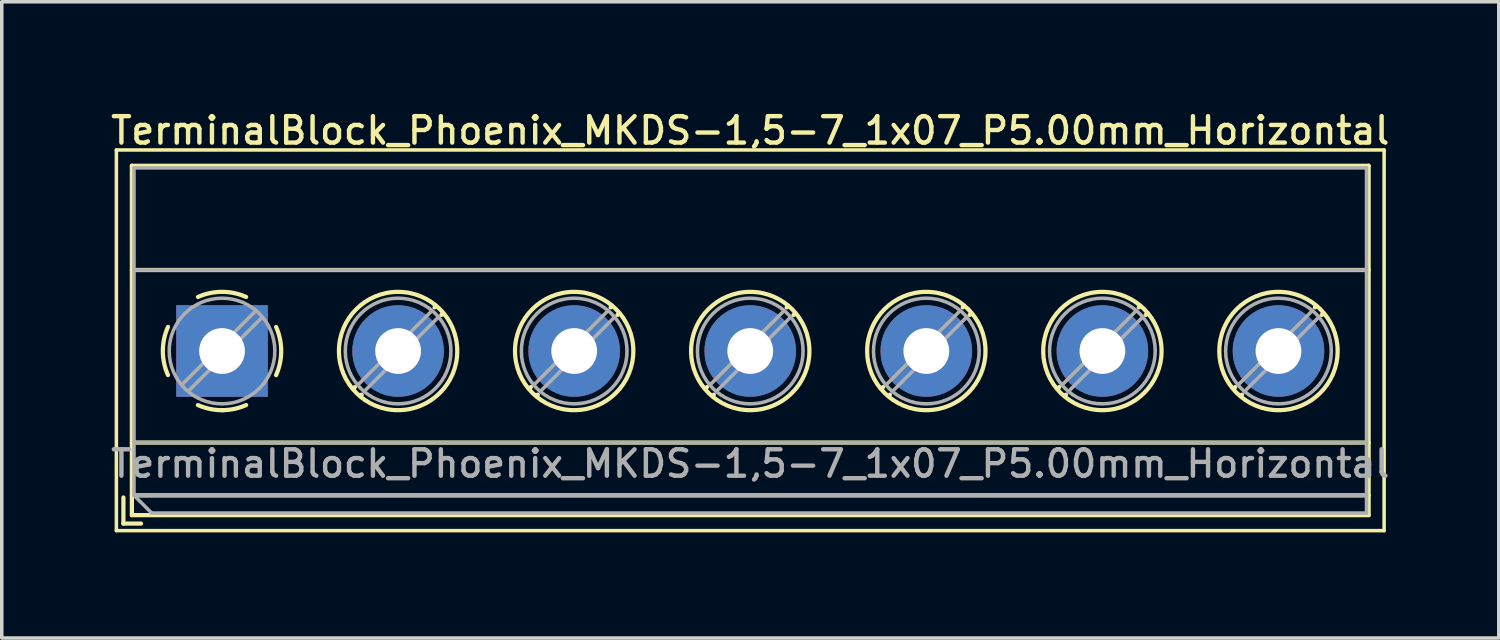
<source format=kicad_pcb>
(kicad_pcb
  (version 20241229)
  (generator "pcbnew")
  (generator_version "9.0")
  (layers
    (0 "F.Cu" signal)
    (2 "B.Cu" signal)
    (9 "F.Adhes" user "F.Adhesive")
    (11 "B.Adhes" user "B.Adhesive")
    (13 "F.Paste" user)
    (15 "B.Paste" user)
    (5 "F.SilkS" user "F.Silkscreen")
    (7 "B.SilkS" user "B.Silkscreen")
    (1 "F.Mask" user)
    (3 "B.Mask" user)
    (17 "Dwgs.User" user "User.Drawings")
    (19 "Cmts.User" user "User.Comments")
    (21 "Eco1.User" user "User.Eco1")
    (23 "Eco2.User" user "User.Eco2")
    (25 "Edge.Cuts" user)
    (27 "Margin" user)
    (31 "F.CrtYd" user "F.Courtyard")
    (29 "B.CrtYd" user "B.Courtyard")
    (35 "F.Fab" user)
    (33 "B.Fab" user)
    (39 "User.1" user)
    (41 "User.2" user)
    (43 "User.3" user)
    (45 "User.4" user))
  (footprint "TerminalBlock_Phoenix_MKDS-1,5-7_1x07_P5.00mm_Horizontal"
    (layer "F.Cu")
    (at 3.255 6.918)
    (property "Reference" "TerminalBlock_Phoenix_MKDS-1,5-7_1x07_P5.00mm_Horizontal" (at 15 -6.26 0) (layer "F.SilkS") (effects (font (size 0.75 0.75) (thickness 0.125))))
    (attr through_hole)
    (fp_line (start -3 -5.71) (end -3 5.1) (stroke (width 0.1) (type solid)) (layer "F.SilkS"))
    (fp_line (start -3 5.1) (end 33 5.1) (stroke (width 0.1) (type solid)) (layer "F.SilkS"))
    (fp_line (start -2.8 4.16) (end -2.8 4.9) (stroke (width 0.12) (type solid)) (layer "F.SilkS"))
    (fp_line (start -2.8 4.9) (end -2.3 4.9) (stroke (width 0.12) (type solid)) (layer "F.SilkS"))
    (fp_line (start -2.56 -5.261) (end -2.56 4.66) (stroke (width 0.12) (type solid)) (layer "F.SilkS"))
    (fp_line (start -2.56 -5.261) (end 32.56 -5.261) (stroke (width 0.12) (type solid)) (layer "F.SilkS"))
    (fp_line (start -2.56 -2.301) (end 32.56 -2.301) (stroke (width 0.12) (type solid)) (layer "F.SilkS"))
    (fp_line (start -2.56 2.6) (end 32.56 2.6) (stroke (width 0.12) (type solid)) (layer "F.SilkS"))
    (fp_line (start -2.56 4.1) (end 32.56 4.1) (stroke (width 0.12) (type solid)) (layer "F.SilkS"))
    (fp_line (start -2.56 4.66) (end 32.56 4.66) (stroke (width 0.12) (type solid)) (layer "F.SilkS"))
    (fp_line (start 3.773 1.023) (end 3.726 1.069) (stroke (width 0.12) (type solid)) (layer "F.SilkS"))
    (fp_line (start 3.966 1.239) (end 3.931 1.274) (stroke (width 0.12) (type solid)) (layer "F.SilkS"))
    (fp_line (start 6.07 -1.275) (end 6.035 -1.239) (stroke (width 0.12) (type solid)) (layer "F.SilkS"))
    (fp_line (start 6.275 -1.069) (end 6.228 -1.023) (stroke (width 0.12) (type solid)) (layer "F.SilkS"))
    (fp_line (start 8.773 1.023) (end 8.726 1.069) (stroke (width 0.12) (type solid)) (layer "F.SilkS"))
    (fp_line (start 8.966 1.239) (end 8.931 1.274) (stroke (width 0.12) (type solid)) (layer "F.SilkS"))
    (fp_line (start 11.07 -1.275) (end 11.035 -1.239) (stroke (width 0.12) (type solid)) (layer "F.SilkS"))
    (fp_line (start 11.275 -1.069) (end 11.228 -1.023) (stroke (width 0.12) (type solid)) (layer "F.SilkS"))
    (fp_line (start 13.773 1.023) (end 13.726 1.069) (stroke (width 0.12) (type solid)) (layer "F.SilkS"))
    (fp_line (start 13.966 1.239) (end 13.931 1.274) (stroke (width 0.12) (type solid)) (layer "F.SilkS"))
    (fp_line (start 16.07 -1.275) (end 16.035 -1.239) (stroke (width 0.12) (type solid)) (layer "F.SilkS"))
    (fp_line (start 16.275 -1.069) (end 16.228 -1.023) (stroke (width 0.12) (type solid)) (layer "F.SilkS"))
    (fp_line (start 18.773 1.023) (end 18.726 1.069) (stroke (width 0.12) (type solid)) (layer "F.SilkS"))
    (fp_line (start 18.966 1.239) (end 18.931 1.274) (stroke (width 0.12) (type solid)) (layer "F.SilkS"))
    (fp_line (start 21.07 -1.275) (end 21.035 -1.239) (stroke (width 0.12) (type solid)) (layer "F.SilkS"))
    (fp_line (start 21.275 -1.069) (end 21.228 -1.023) (stroke (width 0.12) (type solid)) (layer "F.SilkS"))
    (fp_line (start 23.773 1.023) (end 23.726 1.069) (stroke (width 0.12) (type solid)) (layer "F.SilkS"))
    (fp_line (start 23.966 1.239) (end 23.931 1.274) (stroke (width 0.12) (type solid)) (layer "F.SilkS"))
    (fp_line (start 26.07 -1.275) (end 26.035 -1.239) (stroke (width 0.12) (type solid)) (layer "F.SilkS"))
    (fp_line (start 26.275 -1.069) (end 26.228 -1.023) (stroke (width 0.12) (type solid)) (layer "F.SilkS"))
    (fp_line (start 28.773 1.023) (end 28.726 1.069) (stroke (width 0.12) (type solid)) (layer "F.SilkS"))
    (fp_line (start 28.966 1.239) (end 28.931 1.274) (stroke (width 0.12) (type solid)) (layer "F.SilkS"))
    (fp_line (start 31.07 -1.275) (end 31.035 -1.239) (stroke (width 0.12) (type solid)) (layer "F.SilkS"))
    (fp_line (start 31.275 -1.069) (end 31.228 -1.023) (stroke (width 0.12) (type solid)) (layer "F.SilkS"))
    (fp_line (start 32.56 -5.261) (end 32.56 4.66) (stroke (width 0.12) (type solid)) (layer "F.SilkS"))
    (fp_line (start 33 -5.71) (end -3 -5.71) (stroke (width 0.1) (type solid)) (layer "F.SilkS"))
    (fp_line (start 33 5.1) (end 33 -5.71) (stroke (width 0.1) (type solid)) (layer "F.SilkS"))
    (fp_arc (start -1.535427 0.683042) (mid -1.680501 -0.000524) (end -1.535 -0.684) (stroke (width 0.12) (type solid)) (layer "F.SilkS"))
    (fp_arc (start -0.683042 -1.535427) (mid 0.000524 -1.680501) (end 0.684 -1.535) (stroke (width 0.12) (type solid)) (layer "F.SilkS"))
    (fp_arc (start 0.028805 1.680253) (mid -0.335551 1.646659) (end -0.684 1.535) (stroke (width 0.12) (type solid)) (layer "F.SilkS"))
    (fp_arc (start 0.683318 1.534756) (mid 0.349292 1.643288) (end 0 1.68) (stroke (width 0.12) (type solid)) (layer "F.SilkS"))
    (fp_arc (start 1.535427 -0.683042) (mid 1.680501 0.000524) (end 1.535 0.684) (stroke (width 0.12) (type solid)) (layer "F.SilkS"))
    (fp_circle (center 5 0) (end 6.68 0) (stroke (width 0.12) (type solid)) (fill no) (layer "F.SilkS"))
    (fp_circle (center 10 0) (end 11.68 0) (stroke (width 0.12) (type solid)) (fill no) (layer "F.SilkS"))
    (fp_circle (center 15 0) (end 16.68 0) (stroke (width 0.12) (type solid)) (fill no) (layer "F.SilkS"))
    (fp_circle (center 20 0) (end 21.68 0) (stroke (width 0.12) (type solid)) (fill no) (layer "F.SilkS"))
    (fp_circle (center 25 0) (end 26.68 0) (stroke (width 0.12) (type solid)) (fill no) (layer "F.SilkS"))
    (fp_circle (center 30 0) (end 31.68 0) (stroke (width 0.12) (type solid)) (fill no) (layer "F.SilkS"))
    (fp_line (start -2.5 -5.2) (end 32.5 -5.2) (stroke (width 0.1) (type solid)) (layer "F.Fab"))
    (fp_line (start -2.5 -2.3) (end 32.5 -2.3) (stroke (width 0.1) (type solid)) (layer "F.Fab"))
    (fp_line (start -2.5 2.6) (end 32.5 2.6) (stroke (width 0.1) (type solid)) (layer "F.Fab"))
    (fp_line (start -2.5 4.1) (end -2.5 -5.2) (stroke (width 0.1) (type solid)) (layer "F.Fab"))
    (fp_line (start -2.5 4.1) (end 32.5 4.1) (stroke (width 0.1) (type solid)) (layer "F.Fab"))
    (fp_line (start -2 4.6) (end -2.5 4.1) (stroke (width 0.1) (type solid)) (layer "F.Fab"))
    (fp_line (start 0.955 -1.138) (end -1.138 0.955) (stroke (width 0.1) (type solid)) (layer "F.Fab"))
    (fp_line (start 1.138 -0.955) (end -0.955 1.138) (stroke (width 0.1) (type solid)) (layer "F.Fab"))
    (fp_line (start 5.955 -1.138) (end 3.863 0.955) (stroke (width 0.1) (type solid)) (layer "F.Fab"))
    (fp_line (start 6.138 -0.955) (end 4.046 1.138) (stroke (width 0.1) (type solid)) (layer "F.Fab"))
    (fp_line (start 10.955 -1.138) (end 8.863 0.955) (stroke (width 0.1) (type solid)) (layer "F.Fab"))
    (fp_line (start 11.138 -0.955) (end 9.046 1.138) (stroke (width 0.1) (type solid)) (layer "F.Fab"))
    (fp_line (start 15.955 -1.138) (end 13.863 0.955) (stroke (width 0.1) (type solid)) (layer "F.Fab"))
    (fp_line (start 16.138 -0.955) (end 14.046 1.138) (stroke (width 0.1) (type solid)) (layer "F.Fab"))
    (fp_line (start 20.955 -1.138) (end 18.863 0.955) (stroke (width 0.1) (type solid)) (layer "F.Fab"))
    (fp_line (start 21.138 -0.955) (end 19.046 1.138) (stroke (width 0.1) (type solid)) (layer "F.Fab"))
    (fp_line (start 25.955 -1.138) (end 23.863 0.955) (stroke (width 0.1) (type solid)) (layer "F.Fab"))
    (fp_line (start 26.138 -0.955) (end 24.046 1.138) (stroke (width 0.1) (type solid)) (layer "F.Fab"))
    (fp_line (start 30.955 -1.138) (end 28.863 0.955) (stroke (width 0.1) (type solid)) (layer "F.Fab"))
    (fp_line (start 31.138 -0.955) (end 29.046 1.138) (stroke (width 0.1) (type solid)) (layer "F.Fab"))
    (fp_line (start 32.5 -5.2) (end 32.5 4.6) (stroke (width 0.1) (type solid)) (layer "F.Fab"))
    (fp_line (start 32.5 4.6) (end -2 4.6) (stroke (width 0.1) (type solid)) (layer "F.Fab"))
    (fp_circle (center 0 0) (end 1.5 0) (stroke (width 0.1) (type solid)) (fill no) (layer "F.Fab"))
    (fp_circle (center 5 0) (end 6.5 0) (stroke (width 0.1) (type solid)) (fill no) (layer "F.Fab"))
    (fp_circle (center 10 0) (end 11.5 0) (stroke (width 0.1) (type solid)) (fill no) (layer "F.Fab"))
    (fp_circle (center 15 0) (end 16.5 0) (stroke (width 0.1) (type solid)) (fill no) (layer "F.Fab"))
    (fp_circle (center 20 0) (end 21.5 0) (stroke (width 0.1) (type solid)) (fill no) (layer "F.Fab"))
    (fp_circle (center 25 0) (end 26.5 0) (stroke (width 0.1) (type solid)) (fill no) (layer "F.Fab"))
    (fp_circle (center 30 0) (end 31.5 0) (stroke (width 0.1) (type solid)) (fill no) (layer "F.Fab"))
    (fp_text user "${REFERENCE}" (at 15 3.2 0) (layer "F.Fab") (effects (font (size 0.75 0.75) (thickness 0.125))))
    (pad "1" thru_hole rect (at 0 0) (size 2.6 2.6) (drill 1.3) (layers "*.Cu" "*.Mask"))
    (pad "2" thru_hole circle (at 5 0) (size 2.6 2.6) (drill 1.3) (layers "*.Cu" "*.Mask"))
    (pad "3" thru_hole circle (at 10 0) (size 2.6 2.6) (drill 1.3) (layers "*.Cu" "*.Mask"))
    (pad "4" thru_hole circle (at 15 0) (size 2.6 2.6) (drill 1.3) (layers "*.Cu" "*.Mask"))
    (pad "5" thru_hole circle (at 20 0) (size 2.6 2.6) (drill 1.3) (layers "*.Cu" "*.Mask"))
    (pad "6" thru_hole circle (at 25 0) (size 2.6 2.6) (drill 1.3) (layers "*.Cu" "*.Mask"))
    (pad "7" thru_hole circle (at 30 0) (size 2.6 2.6) (drill 1.3) (layers "*.Cu" "*.Mask")))
  (gr_rect
    (start -3 -3)
    (end 39.511 15.068)
    (stroke (width 0.1) (type default))
    (fill no)
    (layer "Edge.Cuts")))
</source>
